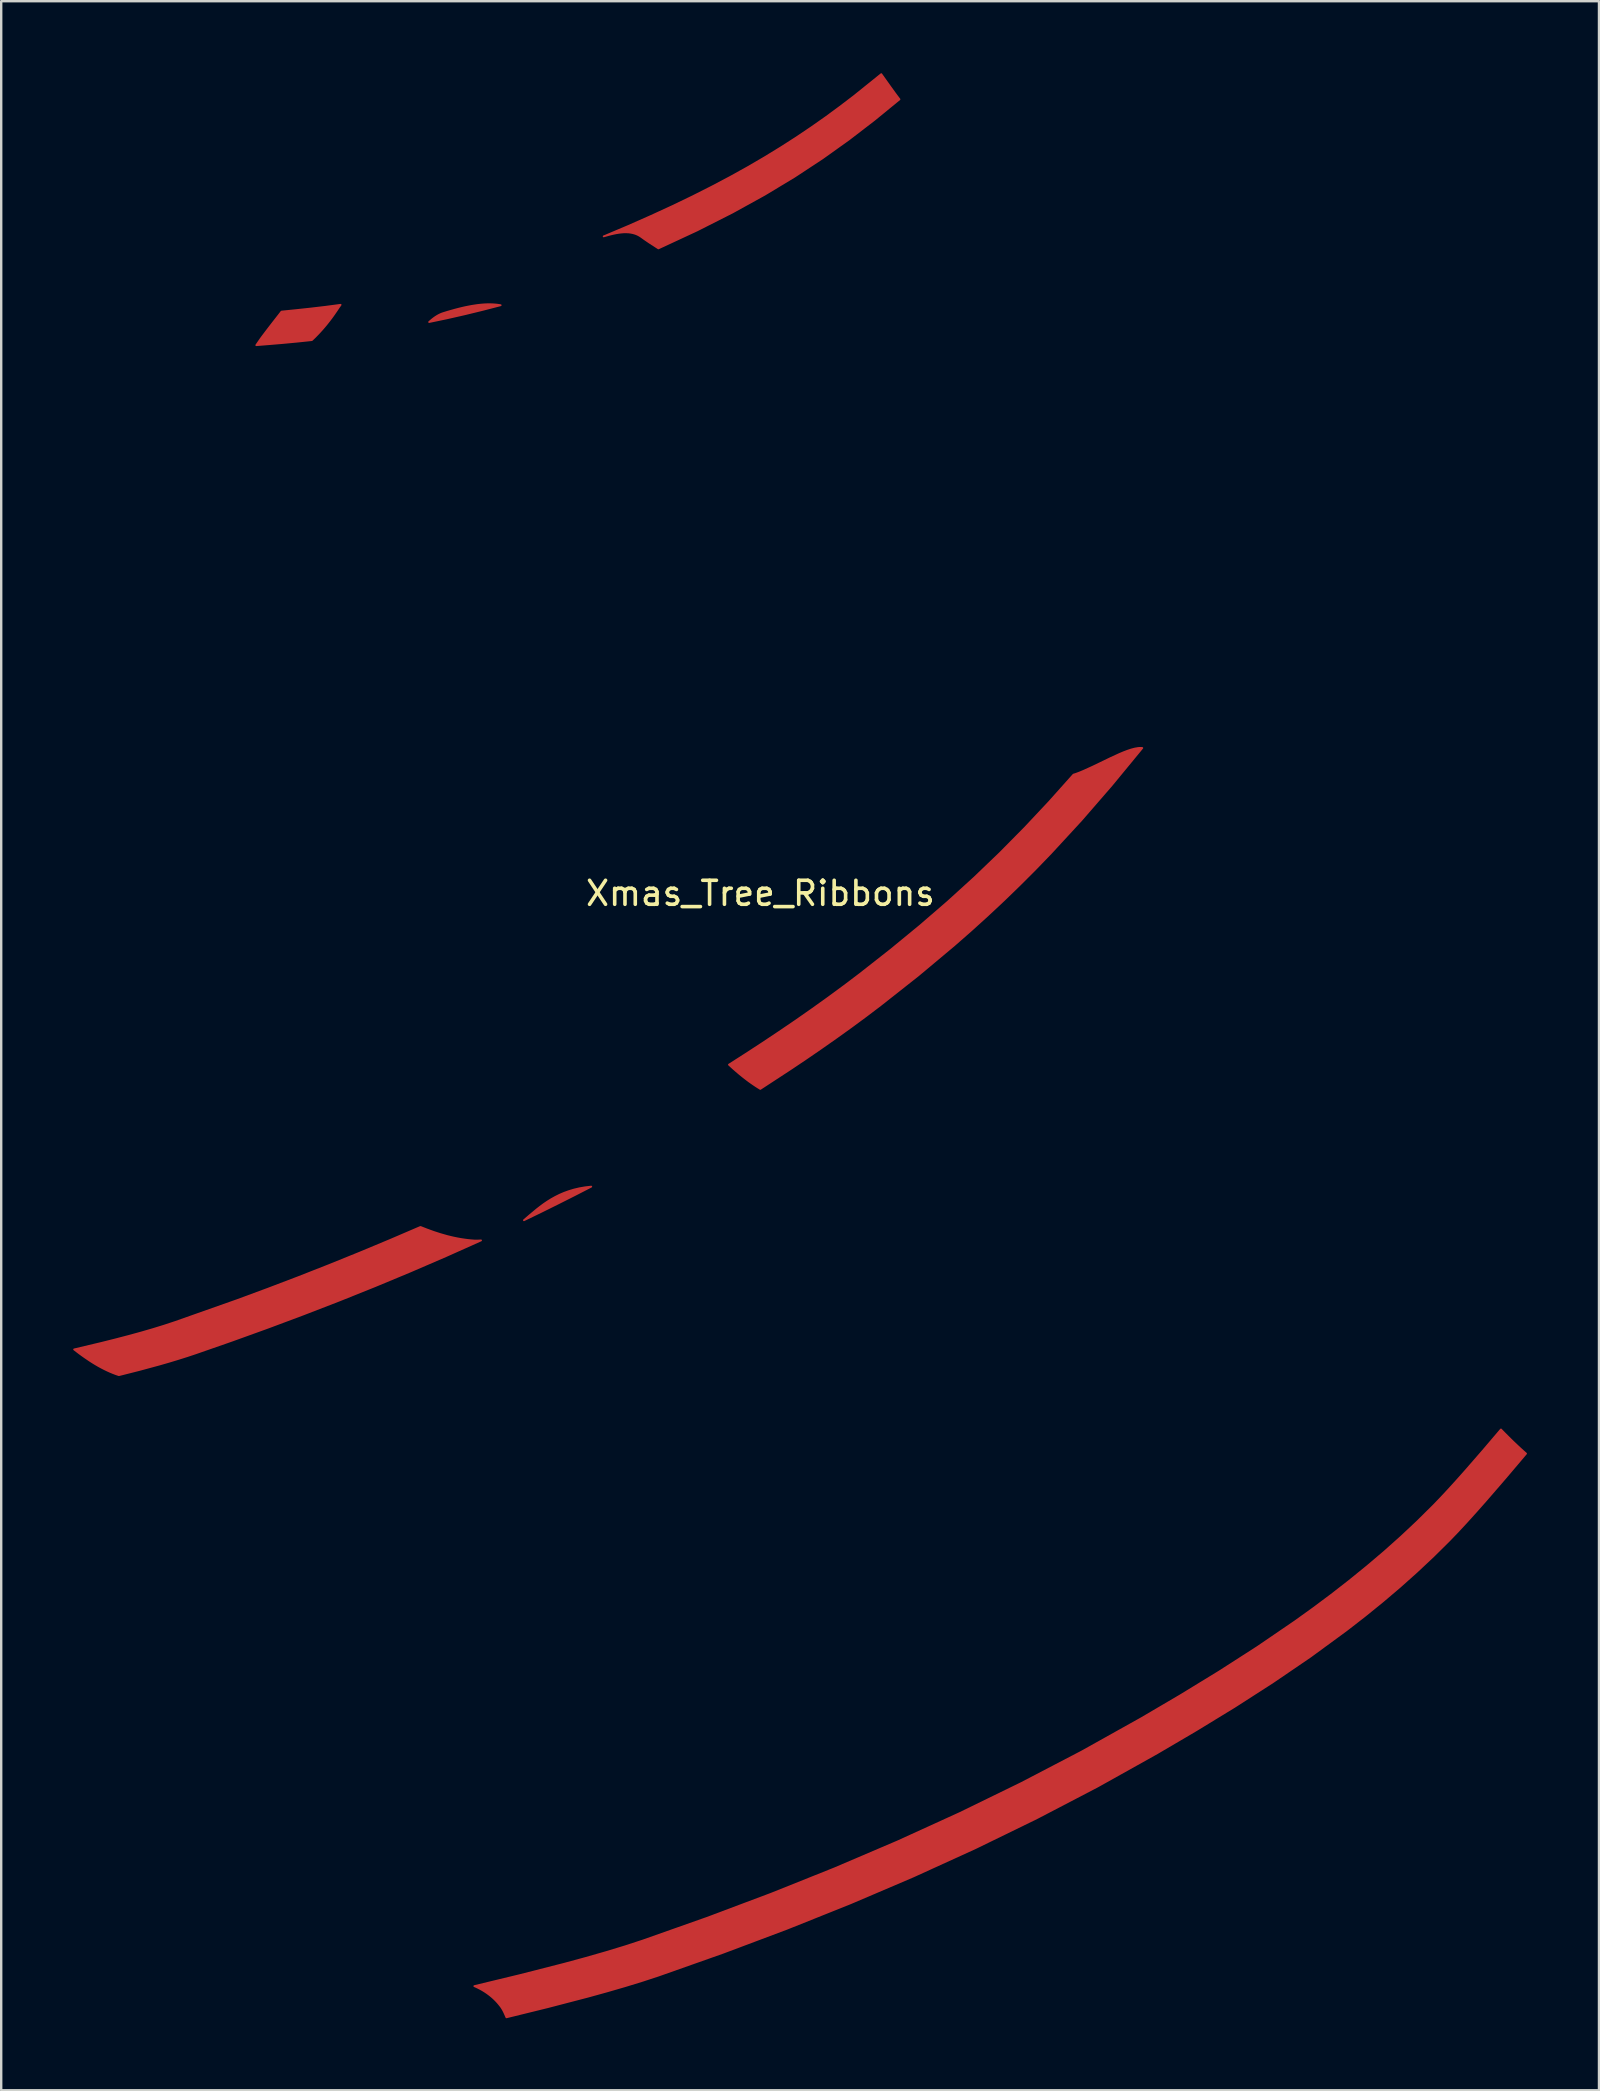
<source format=kicad_pcb>
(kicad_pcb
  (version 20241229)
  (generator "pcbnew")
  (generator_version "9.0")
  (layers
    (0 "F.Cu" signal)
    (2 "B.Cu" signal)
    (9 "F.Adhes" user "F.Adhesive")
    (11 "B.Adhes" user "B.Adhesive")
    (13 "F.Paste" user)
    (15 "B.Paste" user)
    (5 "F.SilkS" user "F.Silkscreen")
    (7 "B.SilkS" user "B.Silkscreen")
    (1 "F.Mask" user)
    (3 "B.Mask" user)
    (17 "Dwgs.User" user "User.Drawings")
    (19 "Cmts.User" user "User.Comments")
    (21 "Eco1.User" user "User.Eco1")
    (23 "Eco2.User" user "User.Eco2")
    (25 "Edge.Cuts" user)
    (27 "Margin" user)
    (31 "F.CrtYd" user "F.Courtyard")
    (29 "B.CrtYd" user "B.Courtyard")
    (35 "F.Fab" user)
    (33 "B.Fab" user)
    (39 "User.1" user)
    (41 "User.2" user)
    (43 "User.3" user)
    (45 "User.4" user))
  (footprint "Xmas_Tree_Ribbons"
    (layer "F.Cu")
    (at 28.627 34.664)
    (property "Reference" "Xmas_Tree_Ribbons" (at 0 -0.5 0) (unlocked yes) (layer "F.SilkS") (effects (font (size 1 1) (thickness 0.15))))
    (attr board_only exclude_from_pos_files exclude_from_bom allow_missing_courtyard)
    (fp_poly (pts (xy -7.745 12.074) (xy -8.444 12.426) (xy -9.146 12.774) (xy -9.852 13.116) (xy -9.591 12.891) (xy -9.319 12.665) (xy -9.177 12.554) (xy -9.03 12.445) (xy -8.876 12.34) (xy -8.715 12.24) (xy -8.545 12.145) (xy -8.367 12.056) (xy -8.178 11.975) (xy -7.978 11.903) (xy -7.766 11.839) (xy -7.541 11.786) (xy -7.302 11.745) (xy -7.048 11.716)) (stroke (width 0.076) (type solid)) (fill yes) (layer "F.Cu"))
    (fp_poly (pts (xy -17.5 -25) (xy -17.511 -24.984) (xy -17.534 -24.954) (xy -17.545 -24.938) (xy -17.556 -24.923) (xy -17.567 -24.906) (xy -17.579 -24.889) (xy -17.652 -24.779) (xy -17.725 -24.673) (xy -17.797 -24.57) (xy -17.868 -24.472) (xy -17.94 -24.377) (xy -18.011 -24.286) (xy -18.081 -24.198) (xy -18.151 -24.114) (xy -18.22 -24.033) (xy -18.289 -23.955) (xy -18.357 -23.88) (xy -18.424 -23.808) (xy -18.557 -23.672) (xy -18.687 -23.547) (xy -19.29 -23.484) (xy -19.873 -23.429) (xy -20.442 -23.381) (xy -21.001 -23.336) (xy -20.874 -23.521) (xy -20.811 -23.612) (xy -20.778 -23.657) (xy -20.746 -23.701) (xy -20.508 -24.015) (xy -20.311 -24.27) (xy -19.95 -24.734) (xy -19.353 -24.794) (xy -18.746 -24.859) (xy -18.127 -24.932) (xy -17.489 -25.016)) (stroke (width 0.076) (type solid)) (fill yes) (layer "F.Cu"))
    (fp_poly (pts (xy -11.216 -25.039) (xy -11.162 -25.037) (xy -11.11 -25.034) (xy -11.06 -25.031) (xy -11.01 -25.026) (xy -10.962 -25.021) (xy -10.914 -25.014) (xy -10.868 -25.008) (xy -10.822 -25) (xy -11.574 -24.805) (xy -12.321 -24.623) (xy -13.064 -24.454) (xy -13.801 -24.3) (xy -13.732 -24.36) (xy -13.663 -24.418) (xy -13.627 -24.445) (xy -13.592 -24.472) (xy -13.556 -24.497) (xy -13.519 -24.522) (xy -13.483 -24.545) (xy -13.445 -24.567) (xy -13.408 -24.588) (xy -13.37 -24.607) (xy -13.332 -24.625) (xy -13.293 -24.642) (xy -13.254 -24.657) (xy -13.214 -24.67) (xy -13.043 -24.723) (xy -12.879 -24.77) (xy -12.723 -24.814) (xy -12.573 -24.853) (xy -12.43 -24.888) (xy -12.294 -24.919) (xy -12.163 -24.945) (xy -12.038 -24.969) (xy -11.919 -24.988) (xy -11.805 -25.005) (xy -11.696 -25.018) (xy -11.591 -25.028) (xy -11.491 -25.035) (xy -11.396 -25.039) (xy -11.304 -25.04)) (stroke (width 0.076) (type solid)) (fill yes) (layer "F.Cu"))
    (fp_poly (pts (xy 5.4 -34.111) (xy 5.589 -33.849) (xy 5.688 -33.715) (xy 5.792 -33.577) (xy 4.754 -32.727) (xy 3.694 -31.912) (xy 2.591 -31.124) (xy 1.426 -30.357) (xy 0.179 -29.605) (xy -1.17 -28.86) (xy -2.64 -28.116) (xy -4.251 -27.367) (xy -4.587 -27.584) (xy -4.674 -27.642) (xy -4.764 -27.703) (xy -4.859 -27.769) (xy -4.96 -27.842) (xy -4.96 -27.842) (xy -5.001 -27.87) (xy -5.043 -27.896) (xy -5.086 -27.92) (xy -5.129 -27.941) (xy -5.173 -27.96) (xy -5.218 -27.977) (xy -5.309 -28.004) (xy -5.402 -28.022) (xy -5.498 -28.034) (xy -5.596 -28.038) (xy -5.695 -28.037) (xy -5.796 -28.029) (xy -5.898 -28.017) (xy -6.002 -28) (xy -6.106 -27.979) (xy -6.211 -27.955) (xy -6.317 -27.928) (xy -6.53 -27.868) (xy -6.479 -27.888) (xy -5.493 -28.305) (xy -4.557 -28.719) (xy -3.668 -29.128) (xy -2.824 -29.535) (xy -2.021 -29.941) (xy -1.255 -30.346) (xy -0.524 -30.752) (xy 0.175 -31.16) (xy 0.846 -31.571) (xy 1.493 -31.986) (xy 2.118 -32.407) (xy 2.725 -32.833) (xy 3.316 -33.268) (xy 3.896 -33.71) (xy 5.033 -34.626)) (stroke (width 0.076) (type solid)) (fill yes) (layer "F.Cu"))
    (fp_poly (pts (xy -14.162 13.396) (xy -13.887 13.504) (xy -13.611 13.604) (xy -13.333 13.694) (xy -13.053 13.774) (xy -12.911 13.809) (xy -12.769 13.842) (xy -12.626 13.871) (xy -12.483 13.897) (xy -12.339 13.919) (xy -12.194 13.938) (xy -12.048 13.953) (xy -11.901 13.964) (xy -11.866 13.965) (xy -11.833 13.965) (xy -11.8 13.964) (xy -11.767 13.963) (xy -11.703 13.96) (xy -11.671 13.958) (xy -11.639 13.956) (xy -13.102 14.611) (xy -14.574 15.246) (xy -16.053 15.862) (xy -17.54 16.459) (xy -19.032 17.036) (xy -20.529 17.596) (xy -22.03 18.138) (xy -23.534 18.662) (xy -23.889 18.78) (xy -24.26 18.897) (xy -24.643 19.013) (xy -25.039 19.127) (xy -25.864 19.351) (xy -26.724 19.569) (xy -26.849 19.527) (xy -26.974 19.479) (xy -27.097 19.428) (xy -27.219 19.373) (xy -27.34 19.314) (xy -27.46 19.252) (xy -27.579 19.187) (xy -27.696 19.119) (xy -27.812 19.048) (xy -27.927 18.975) (xy -28.153 18.822) (xy -28.374 18.663) (xy -28.589 18.498) (xy -27.446 18.226) (xy -26.891 18.087) (xy -26.351 17.946) (xy -25.827 17.803) (xy -25.323 17.657) (xy -24.842 17.509) (xy -24.384 17.358) (xy -21.808 16.448) (xy -20.523 15.973) (xy -19.242 15.485) (xy -17.965 14.983) (xy -16.692 14.467) (xy -15.424 13.938) (xy -14.162 13.396)) (stroke (width 0.076) (type solid)) (fill yes) (layer "F.Cu"))
    (fp_poly (pts (xy 15.854 -6.56) (xy 15.858 -6.559) (xy 15.862 -6.559) (xy 15.865 -6.559) (xy 15.872 -6.558) (xy 15.878 -6.557) (xy 15.884 -6.557) (xy 15.891 -6.556) (xy 15.894 -6.556) (xy 15.898 -6.555) (xy 15.902 -6.555) (xy 15.906 -6.555) (xy 14.631 -5.006) (xy 13.37 -3.552) (xy 12.102 -2.176) (xy 11.46 -1.511) (xy 10.809 -0.86) (xy 10.147 -0.218) (xy 9.471 0.414) (xy 8.78 1.041) (xy 8.069 1.664) (xy 6.584 2.907) (xy 4.995 4.161) (xy 4.388 4.621) (xy 3.775 5.073) (xy 3.156 5.517) (xy 2.532 5.955) (xy 1.904 6.386) (xy 1.271 6.811) (xy -0.006 7.646) (xy -0.099 7.589) (xy -0.19 7.531) (xy -0.28 7.471) (xy -0.368 7.41) (xy -0.455 7.349) (xy -0.54 7.286) (xy -0.705 7.159) (xy -0.865 7.03) (xy -1.019 6.899) (xy -1.168 6.768) (xy -1.312 6.636) (xy -0.612 6.188) (xy 0.083 5.735) (xy 0.774 5.274) (xy 1.461 4.807) (xy 2.141 4.332) (xy 2.816 3.849) (xy 3.484 3.357) (xy 4.145 2.857) (xy 5.428 1.849) (xy 6.642 0.851) (xy 7.797 -0.146) (xy 8.904 -1.152) (xy 9.971 -2.176) (xy 11.01 -3.227) (xy 12.03 -4.314) (xy 13.041 -5.446) (xy 13.125 -5.471) (xy 13.294 -5.534) (xy 13.469 -5.607) (xy 13.836 -5.774) (xy 14.59 -6.138) (xy 14.954 -6.305) (xy 15.127 -6.378) (xy 15.293 -6.441) (xy 15.45 -6.493) (xy 15.596 -6.531) (xy 15.73 -6.554) (xy 15.792 -6.559) (xy 15.85 -6.56)) (stroke (width 0.076) (type solid)) (fill yes) (layer "F.Cu"))
    (fp_poly (pts (xy 30.976 21.965) (xy 31.106 22.096) (xy 31.236 22.225) (xy 31.366 22.352) (xy 31.497 22.476) (xy 31.628 22.599) (xy 31.759 22.719) (xy 31.892 22.837) (xy 31.05 23.832) (xy 30.213 24.8) (xy 29.807 25.259) (xy 29.416 25.692) (xy 29.044 26.093) (xy 28.696 26.455) (xy 28.027 27.117) (xy 27.341 27.76) (xy 26.639 28.387) (xy 25.921 28.997) (xy 25.189 29.591) (xy 24.444 30.17) (xy 22.92 31.287) (xy 21.357 32.353) (xy 19.765 33.377) (xy 18.151 34.363) (xy 16.525 35.318) (xy 14.043 36.705) (xy 11.52 38.021) (xy 8.961 39.269) (xy 6.369 40.451) (xy 3.748 41.57) (xy 1.103 42.629) (xy -1.563 43.631) (xy -4.245 44.579) (xy -4.906 44.796) (xy -5.622 45.016) (xy -6.383 45.237) (xy -7.182 45.458) (xy -8.858 45.895) (xy -10.581 46.319) (xy -10.633 46.201) (xy -10.659 46.143) (xy -10.687 46.084) (xy -10.717 46.026) (xy -10.733 45.997) (xy -10.75 45.968) (xy -10.768 45.94) (xy -10.786 45.911) (xy -10.805 45.883) (xy -10.826 45.855) (xy -10.884 45.782) (xy -10.943 45.711) (xy -11.004 45.644) (xy -11.067 45.58) (xy -11.131 45.519) (xy -11.197 45.461) (xy -11.265 45.405) (xy -11.333 45.353) (xy -11.403 45.303) (xy -11.474 45.255) (xy -11.546 45.21) (xy -11.619 45.167) (xy -11.693 45.127) (xy -11.767 45.089) (xy -11.843 45.053) (xy -11.918 45.02) (xy -10.025 44.563) (xy -8.166 44.088) (xy -7.278 43.847) (xy -6.431 43.604) (xy -5.637 43.363) (xy -4.906 43.124) (xy -2.224 42.176) (xy 0.442 41.174) (xy 3.087 40.115) (xy 5.707 38.996) (xy 8.299 37.814) (xy 10.858 36.566) (xy 13.381 35.25) (xy 15.863 33.863) (xy 17.489 32.908) (xy 19.103 31.921) (xy 20.696 30.898) (xy 22.259 29.831) (xy 23.026 29.28) (xy 23.783 28.715) (xy 24.528 28.135) (xy 25.259 27.541) (xy 25.977 26.932) (xy 26.68 26.305) (xy 27.366 25.661) (xy 28.034 25) (xy 28.341 24.681) (xy 28.667 24.331) (xy 29.009 23.954) (xy 29.363 23.556) (xy 30.098 22.711) (xy 30.846 21.832)) (stroke (width 0.076) (type solid)) (fill yes) (layer "F.Cu"))
    (fp_poly (pts (xy -7.745 12.074) (xy -8.444 12.426) (xy -9.146 12.774) (xy -9.852 13.116) (xy -9.591 12.891) (xy -9.319 12.665) (xy -9.177 12.554) (xy -9.03 12.445) (xy -8.876 12.34) (xy -8.715 12.24) (xy -8.545 12.145) (xy -8.367 12.056) (xy -8.178 11.975) (xy -7.978 11.903) (xy -7.766 11.839) (xy -7.541 11.786) (xy -7.302 11.745) (xy -7.048 11.716)) (stroke (width 0.076) (type solid)) (fill yes) (layer "F.Mask"))
    (fp_poly (pts (xy -17.5 -25) (xy -17.511 -24.984) (xy -17.534 -24.954) (xy -17.545 -24.938) (xy -17.556 -24.923) (xy -17.567 -24.906) (xy -17.579 -24.889) (xy -17.652 -24.779) (xy -17.725 -24.673) (xy -17.797 -24.57) (xy -17.868 -24.472) (xy -17.94 -24.377) (xy -18.011 -24.286) (xy -18.081 -24.198) (xy -18.151 -24.114) (xy -18.22 -24.033) (xy -18.289 -23.955) (xy -18.357 -23.88) (xy -18.424 -23.808) (xy -18.557 -23.672) (xy -18.687 -23.547) (xy -19.29 -23.484) (xy -19.873 -23.429) (xy -20.442 -23.381) (xy -21.001 -23.336) (xy -20.874 -23.521) (xy -20.811 -23.612) (xy -20.778 -23.657) (xy -20.746 -23.701) (xy -20.508 -24.015) (xy -20.311 -24.27) (xy -19.95 -24.734) (xy -19.353 -24.794) (xy -18.746 -24.859) (xy -18.127 -24.932) (xy -17.489 -25.016)) (stroke (width 0.076) (type solid)) (fill yes) (layer "F.Mask"))
    (fp_poly (pts (xy -11.216 -25.039) (xy -11.162 -25.037) (xy -11.11 -25.034) (xy -11.06 -25.031) (xy -11.01 -25.026) (xy -10.962 -25.021) (xy -10.914 -25.014) (xy -10.868 -25.008) (xy -10.822 -25) (xy -11.574 -24.805) (xy -12.321 -24.623) (xy -13.064 -24.454) (xy -13.801 -24.3) (xy -13.732 -24.36) (xy -13.663 -24.418) (xy -13.627 -24.445) (xy -13.592 -24.472) (xy -13.556 -24.497) (xy -13.519 -24.522) (xy -13.483 -24.545) (xy -13.445 -24.567) (xy -13.408 -24.588) (xy -13.37 -24.607) (xy -13.332 -24.625) (xy -13.293 -24.642) (xy -13.254 -24.657) (xy -13.214 -24.67) (xy -13.043 -24.723) (xy -12.879 -24.77) (xy -12.723 -24.814) (xy -12.573 -24.853) (xy -12.43 -24.888) (xy -12.294 -24.919) (xy -12.163 -24.945) (xy -12.038 -24.969) (xy -11.919 -24.988) (xy -11.805 -25.005) (xy -11.696 -25.018) (xy -11.591 -25.028) (xy -11.491 -25.035) (xy -11.396 -25.039) (xy -11.304 -25.04)) (stroke (width 0.076) (type solid)) (fill yes) (layer "F.Mask"))
    (fp_poly (pts (xy 5.4 -34.111) (xy 5.589 -33.849) (xy 5.688 -33.715) (xy 5.792 -33.577) (xy 4.754 -32.727) (xy 3.694 -31.912) (xy 2.591 -31.124) (xy 1.426 -30.357) (xy 0.179 -29.605) (xy -1.17 -28.86) (xy -2.64 -28.116) (xy -4.251 -27.367) (xy -4.587 -27.584) (xy -4.674 -27.642) (xy -4.764 -27.703) (xy -4.859 -27.769) (xy -4.96 -27.842) (xy -4.96 -27.842) (xy -5.001 -27.87) (xy -5.043 -27.896) (xy -5.086 -27.92) (xy -5.129 -27.941) (xy -5.173 -27.96) (xy -5.218 -27.977) (xy -5.309 -28.004) (xy -5.402 -28.022) (xy -5.498 -28.034) (xy -5.596 -28.038) (xy -5.695 -28.037) (xy -5.796 -28.029) (xy -5.898 -28.017) (xy -6.002 -28) (xy -6.106 -27.979) (xy -6.211 -27.955) (xy -6.317 -27.928) (xy -6.53 -27.868) (xy -6.479 -27.888) (xy -5.493 -28.305) (xy -4.557 -28.719) (xy -3.668 -29.128) (xy -2.824 -29.535) (xy -2.021 -29.941) (xy -1.255 -30.346) (xy -0.524 -30.752) (xy 0.175 -31.16) (xy 0.846 -31.571) (xy 1.493 -31.986) (xy 2.118 -32.407) (xy 2.725 -32.833) (xy 3.316 -33.268) (xy 3.896 -33.71) (xy 5.033 -34.626)) (stroke (width 0.076) (type solid)) (fill yes) (layer "F.Mask"))
    (fp_poly (pts (xy -14.162 13.396) (xy -13.887 13.504) (xy -13.611 13.604) (xy -13.333 13.694) (xy -13.053 13.774) (xy -12.911 13.809) (xy -12.769 13.842) (xy -12.626 13.871) (xy -12.483 13.897) (xy -12.339 13.919) (xy -12.194 13.938) (xy -12.048 13.953) (xy -11.901 13.964) (xy -11.866 13.965) (xy -11.833 13.965) (xy -11.8 13.964) (xy -11.767 13.963) (xy -11.703 13.96) (xy -11.671 13.958) (xy -11.639 13.956) (xy -13.102 14.611) (xy -14.574 15.246) (xy -16.053 15.862) (xy -17.54 16.459) (xy -19.032 17.036) (xy -20.529 17.596) (xy -22.03 18.138) (xy -23.534 18.662) (xy -23.889 18.78) (xy -24.26 18.897) (xy -24.643 19.013) (xy -25.039 19.127) (xy -25.864 19.351) (xy -26.724 19.569) (xy -26.849 19.527) (xy -26.974 19.479) (xy -27.097 19.428) (xy -27.219 19.373) (xy -27.34 19.314) (xy -27.46 19.252) (xy -27.579 19.187) (xy -27.696 19.119) (xy -27.812 19.048) (xy -27.927 18.975) (xy -28.153 18.822) (xy -28.374 18.663) (xy -28.589 18.498) (xy -27.446 18.226) (xy -26.891 18.087) (xy -26.351 17.946) (xy -25.827 17.803) (xy -25.323 17.657) (xy -24.842 17.509) (xy -24.384 17.358) (xy -21.808 16.448) (xy -20.523 15.973) (xy -19.242 15.485) (xy -17.965 14.983) (xy -16.692 14.467) (xy -15.424 13.938) (xy -14.162 13.396)) (stroke (width 0.076) (type solid)) (fill yes) (layer "F.Mask"))
    (fp_poly (pts (xy 15.854 -6.56) (xy 15.858 -6.559) (xy 15.862 -6.559) (xy 15.865 -6.559) (xy 15.872 -6.558) (xy 15.878 -6.557) (xy 15.884 -6.557) (xy 15.891 -6.556) (xy 15.894 -6.556) (xy 15.898 -6.555) (xy 15.902 -6.555) (xy 15.906 -6.555) (xy 14.631 -5.006) (xy 13.37 -3.552) (xy 12.102 -2.176) (xy 11.46 -1.511) (xy 10.809 -0.86) (xy 10.147 -0.218) (xy 9.471 0.414) (xy 8.78 1.041) (xy 8.069 1.664) (xy 6.584 2.907) (xy 4.995 4.161) (xy 4.388 4.621) (xy 3.775 5.073) (xy 3.156 5.517) (xy 2.532 5.955) (xy 1.904 6.386) (xy 1.271 6.811) (xy -0.006 7.646) (xy -0.099 7.589) (xy -0.19 7.531) (xy -0.28 7.471) (xy -0.368 7.41) (xy -0.455 7.349) (xy -0.54 7.286) (xy -0.705 7.159) (xy -0.865 7.03) (xy -1.019 6.899) (xy -1.168 6.768) (xy -1.312 6.636) (xy -0.612 6.188) (xy 0.083 5.735) (xy 0.774 5.274) (xy 1.461 4.807) (xy 2.141 4.332) (xy 2.816 3.849) (xy 3.484 3.357) (xy 4.145 2.857) (xy 5.428 1.849) (xy 6.642 0.851) (xy 7.797 -0.146) (xy 8.904 -1.152) (xy 9.971 -2.176) (xy 11.01 -3.227) (xy 12.03 -4.314) (xy 13.041 -5.446) (xy 13.125 -5.471) (xy 13.294 -5.534) (xy 13.469 -5.607) (xy 13.836 -5.774) (xy 14.59 -6.138) (xy 14.954 -6.305) (xy 15.127 -6.378) (xy 15.293 -6.441) (xy 15.45 -6.493) (xy 15.596 -6.531) (xy 15.73 -6.554) (xy 15.792 -6.559) (xy 15.85 -6.56)) (stroke (width 0.076) (type solid)) (fill yes) (layer "F.Mask"))
    (fp_poly (pts (xy 30.976 21.965) (xy 31.106 22.096) (xy 31.236 22.225) (xy 31.366 22.352) (xy 31.497 22.476) (xy 31.628 22.599) (xy 31.759 22.719) (xy 31.892 22.837) (xy 31.05 23.832) (xy 30.213 24.8) (xy 29.807 25.259) (xy 29.416 25.692) (xy 29.044 26.093) (xy 28.696 26.455) (xy 28.027 27.117) (xy 27.341 27.76) (xy 26.639 28.387) (xy 25.921 28.997) (xy 25.189 29.591) (xy 24.444 30.17) (xy 22.92 31.287) (xy 21.357 32.353) (xy 19.765 33.377) (xy 18.151 34.363) (xy 16.525 35.318) (xy 14.043 36.705) (xy 11.52 38.021) (xy 8.961 39.269) (xy 6.369 40.451) (xy 3.748 41.57) (xy 1.103 42.629) (xy -1.563 43.631) (xy -4.245 44.579) (xy -4.906 44.796) (xy -5.622 45.016) (xy -6.383 45.237) (xy -7.182 45.458) (xy -8.858 45.895) (xy -10.581 46.319) (xy -10.633 46.201) (xy -10.659 46.143) (xy -10.687 46.084) (xy -10.717 46.026) (xy -10.733 45.997) (xy -10.75 45.968) (xy -10.768 45.94) (xy -10.786 45.911) (xy -10.805 45.883) (xy -10.826 45.855) (xy -10.884 45.782) (xy -10.943 45.711) (xy -11.004 45.644) (xy -11.067 45.58) (xy -11.131 45.519) (xy -11.197 45.461) (xy -11.265 45.405) (xy -11.333 45.353) (xy -11.403 45.303) (xy -11.474 45.255) (xy -11.546 45.21) (xy -11.619 45.167) (xy -11.693 45.127) (xy -11.767 45.089) (xy -11.843 45.053) (xy -11.918 45.02) (xy -10.025 44.563) (xy -8.166 44.088) (xy -7.278 43.847) (xy -6.431 43.604) (xy -5.637 43.363) (xy -4.906 43.124) (xy -2.224 42.176) (xy 0.442 41.174) (xy 3.087 40.115) (xy 5.707 38.996) (xy 8.299 37.814) (xy 10.858 36.566) (xy 13.381 35.25) (xy 15.863 33.863) (xy 17.489 32.908) (xy 19.103 31.921) (xy 20.696 30.898) (xy 22.259 29.831) (xy 23.026 29.28) (xy 23.783 28.715) (xy 24.528 28.135) (xy 25.259 27.541) (xy 25.977 26.932) (xy 26.68 26.305) (xy 27.366 25.661) (xy 28.034 25) (xy 28.341 24.681) (xy 28.667 24.331) (xy 29.009 23.954) (xy 29.363 23.556) (xy 30.098 22.711) (xy 30.846 21.832)) (stroke (width 0.076) (type solid)) (fill yes) (layer "F.Mask")))
  (gr_rect
    (start -3 -3)
    (end 63.557 84.021)
    (stroke (width 0.1) (type default))
    (fill no)
    (layer "Edge.Cuts")))
</source>
